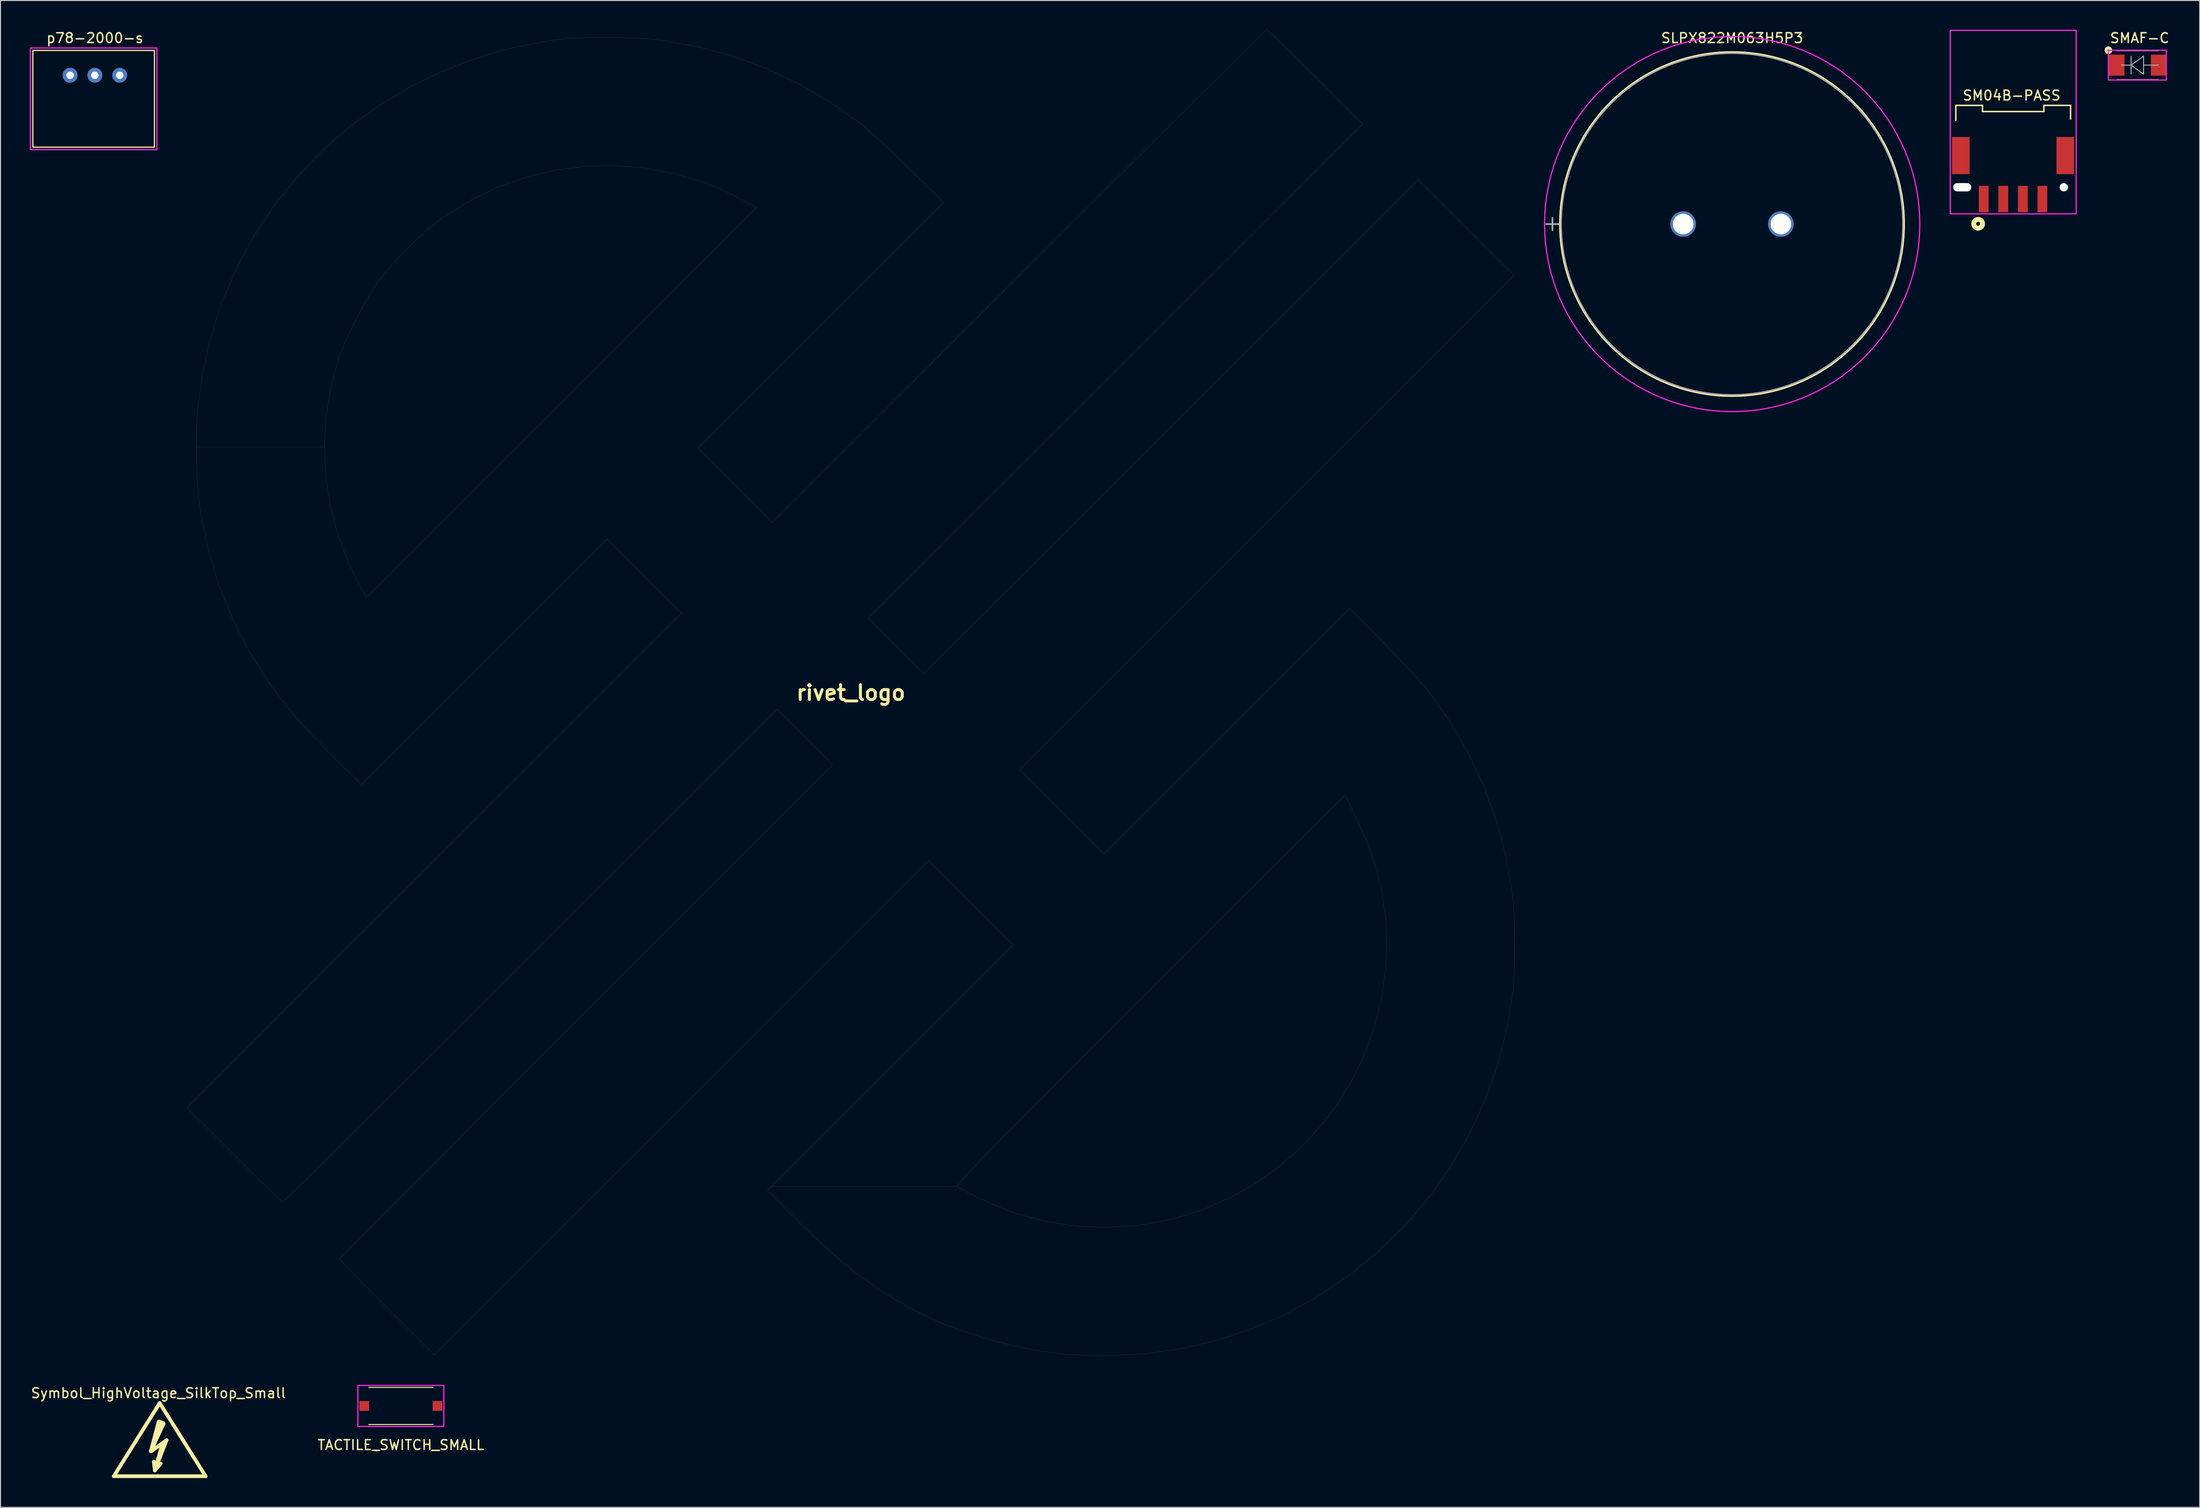
<source format=kicad_pcb>
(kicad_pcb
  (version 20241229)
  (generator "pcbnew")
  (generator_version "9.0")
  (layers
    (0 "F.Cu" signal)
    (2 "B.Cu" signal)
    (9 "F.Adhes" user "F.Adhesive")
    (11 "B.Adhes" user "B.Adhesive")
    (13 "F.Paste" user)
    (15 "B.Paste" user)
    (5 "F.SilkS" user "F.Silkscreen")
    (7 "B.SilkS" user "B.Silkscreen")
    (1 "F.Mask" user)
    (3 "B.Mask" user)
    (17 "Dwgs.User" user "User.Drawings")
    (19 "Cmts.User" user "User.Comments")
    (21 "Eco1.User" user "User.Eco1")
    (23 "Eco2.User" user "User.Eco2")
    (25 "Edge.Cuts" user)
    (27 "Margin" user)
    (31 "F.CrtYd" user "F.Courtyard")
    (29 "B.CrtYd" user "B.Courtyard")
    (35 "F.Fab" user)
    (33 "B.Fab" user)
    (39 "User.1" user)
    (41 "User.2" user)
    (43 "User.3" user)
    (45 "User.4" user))
  (footprint "TACTILE_SWITCH_SMALL"
    (layer "F.Cu")
    (at 37.994 140.953)
    (property "Reference" "TACTILE_SWITCH_SMALL" (at 0 4 0) (layer "F.SilkS") (effects (font (size 1 1) (thickness 0.15))))
    (attr through_hole)
    (fp_line (start -3.3 1.9) (end 3.3 1.9) (stroke (width 0.1) (type solid)) (layer "F.SilkS"))
    (fp_line (start 3.3 -1.9) (end -3.3 -1.9) (stroke (width 0.1) (type solid)) (layer "F.SilkS"))
    (fp_line (start -4.4 -2.1) (end -4.4 2.1) (stroke (width 0.12) (type solid)) (layer "F.CrtYd"))
    (fp_line (start -4.4 2.1) (end 4.4 2.1) (stroke (width 0.12) (type solid)) (layer "F.CrtYd"))
    (fp_line (start 4.4 -2.1) (end -4.4 -2.1) (stroke (width 0.12) (type solid)) (layer "F.CrtYd"))
    (fp_line (start 4.4 2.1) (end 4.4 -2.1) (stroke (width 0.12) (type solid)) (layer "F.CrtYd"))
    (pad "1" smd rect (at -3.75 0) (size 1 1) (layers "F.Cu" "F.Mask" "F.Paste"))
    (pad "2" smd rect (at 3.75 0) (size 1 1) (layers "F.Cu" "F.Mask" "F.Paste")))
  (footprint "SMAF-C"
    (layer "F.Cu")
    (at 215.817 3.623)
    (property "Reference" "SMAF-C" (at 0.2 -2.775 0) (unlocked yes) (layer "F.SilkS") (effects (font (size 1 1) (thickness 0.15))))
    (fp_line (start -2.1 -1.5) (end 2.1 -1.5) (stroke (width 0.12) (type solid)) (layer "F.SilkS"))
    (fp_line (start -2.1 1.5) (end 2.1 1.5) (stroke (width 0.12) (type solid)) (layer "F.SilkS"))
    (fp_circle (center -3 -1.525) (end -2.91 -1.525) (stroke (width 0.3) (type solid)) (fill no) (layer "F.SilkS"))
    (fp_rect (start -3 -1.525) (end 2.925 1.525) (stroke (width 0.12) (type solid)) (fill no) (layer "F.CrtYd"))
    (fp_line (start -0.675 -0.9) (end -0.675 0) (stroke (width 0.1) (type solid)) (layer "F.Fab"))
    (fp_line (start -0.675 0) (end -1.65 0) (stroke (width 0.1) (type solid)) (layer "F.Fab"))
    (fp_line (start -0.675 0) (end -0.675 0.9) (stroke (width 0.1) (type solid)) (layer "F.Fab"))
    (fp_line (start -0.675 0) (end 0.6 -0.925) (stroke (width 0.1) (type solid)) (layer "F.Fab"))
    (fp_line (start 0.6 0) (end 0.6 -0.925) (stroke (width 0.1) (type solid)) (layer "F.Fab"))
    (fp_line (start 0.6 0.925) (end -0.675 0) (stroke (width 0.1) (type solid)) (layer "F.Fab"))
    (fp_line (start 0.6 0.925) (end 0.6 0) (stroke (width 0.1) (type solid)) (layer "F.Fab"))
    (fp_line (start 2.1 0) (end 0.6 0) (stroke (width 0.1) (type solid)) (layer "F.Fab"))
    (pad "1" smd rect (at -2.15 0) (size 1.6 2.15) (layers "F.Cu" "F.Mask" "F.Paste"))
    (pad "2" smd rect (at 2.15 0) (size 1.6 2.15) (layers "F.Cu" "F.Mask" "F.Paste")))
  (footprint "SM04B-PASS"
    (layer "F.Cu")
    (at 203.04 13.141)
    (property "Reference" "SM04B-PASS" (at -0.127 -6.413 0) (layer "F.SilkS") (effects (font (size 1 1) (thickness 0.15))))
    (attr smd)
    (fp_line (start -5.842 -5.397) (end -3.111 -5.397) (stroke (width 0.15) (type solid)) (layer "F.SilkS"))
    (fp_line (start -5.842 -3.873) (end -5.842 -5.397) (stroke (width 0.15) (type solid)) (layer "F.SilkS"))
    (fp_line (start -3.111 -5.397) (end -3.111 -4.763) (stroke (width 0.15) (type solid)) (layer "F.SilkS"))
    (fp_line (start -3.111 -4.763) (end 3.175 -4.763) (stroke (width 0.15) (type solid)) (layer "F.SilkS"))
    (fp_line (start 3.175 -5.397) (end 5.905 -5.397) (stroke (width 0.15) (type solid)) (layer "F.SilkS"))
    (fp_line (start 3.175 -4.763) (end 3.175 -5.397) (stroke (width 0.15) (type solid)) (layer "F.SilkS"))
    (fp_line (start 5.905 -5.397) (end 5.905 -4) (stroke (width 0.15) (type solid)) (layer "F.SilkS"))
    (fp_circle (center -3.556 6.731) (end -3.365 6.795) (stroke (width 0.5) (type solid)) (fill no) (layer "F.SilkS"))
    (fp_line (start -6.413 -13.081) (end 6.477 -13.081) (stroke (width 0.12) (type solid)) (layer "F.CrtYd"))
    (fp_line (start -6.413 5.715) (end -6.413 -13.081) (stroke (width 0.12) (type solid)) (layer "F.CrtYd"))
    (fp_line (start -2.477 5.715) (end -6.413 5.715) (stroke (width 0.12) (type solid)) (layer "F.CrtYd"))
    (fp_line (start 6.477 -13.081) (end 6.477 5.715) (stroke (width 0.12) (type solid)) (layer "F.CrtYd"))
    (fp_line (start 6.477 5.715) (end -2.477 5.715) (stroke (width 0.12) (type solid)) (layer "F.CrtYd"))
    (pad "" np_thru_hole oval (at -5.187 2.99) (size 1.85 0.85) (drill oval 1.85 0.85) (layers "*.Cu" "*.Mask"))
    (pad "" np_thru_hole circle (at 5.215 2.991) (size 0.85 0.85) (drill 0.85) (layers "*.Cu" "*.Mask"))
    (pad "1" smd rect (at -2.985 4.191) (size 1 2.7) (layers "F.Cu" "F.Mask" "F.Paste"))
    (pad "2" smd rect (at -0.985 4.191) (size 1 2.7) (layers "F.Cu" "F.Mask" "F.Paste"))
    (pad "3" smd rect (at 1.016 4.191) (size 1 2.7) (layers "F.Cu" "F.Mask" "F.Paste"))
    (pad "4" smd rect (at 3.015 4.191) (size 1 2.7) (layers "F.Cu" "F.Mask" "F.Paste"))
    (pad "5" smd rect (at -5.335 -0.259) (size 1.8 3.8) (layers "F.Cu" "F.Mask" "F.Paste"))
    (pad "6" smd rect (at 5.365 -0.259) (size 1.8 3.8) (layers "F.Cu" "F.Mask" "F.Paste")))
  (footprint "rivet_logo"
    (layer "F.Cu")
    (at 84.065 67.908)
    (property "Reference" "rivet_logo" (at 0 0 0) (layer "F.SilkS") (effects (font (size 1.524 1.524) (thickness 0.3))))
    (attr through_hole)
    (fp_poly (pts (xy 42.742 -67.787) (xy 43.107 -67.456) (xy 43.658 -66.935) (xy 44.369 -66.25) (xy 45.213 -65.426) (xy 46.164 -64.489) (xy 47.195 -63.464) (xy 47.583 -63.076) (xy 52.407 -58.25) (xy 1.779 -7.62) (xy 7.451 -1.948) (xy 32.766 -27.262) (xy 58.08 -52.577) (xy 62.992 -47.667) (xy 67.904 -42.758) (xy 42.587 -17.441) (xy 17.271 7.875) (xy 21.59 12.192) (xy 25.909 16.508) (xy 38.486 3.932) (xy 51.063 -8.644) (xy 54.542 -5.127) (xy 55.5 -4.146) (xy 56.439 -3.164) (xy 57.316 -2.228) (xy 58.084 -1.387) (xy 58.702 -0.688) (xy 59.123 -0.177) (xy 59.13 -0.169) (xy 61.327 2.942) (xy 63.213 6.175) (xy 64.793 9.542) (xy 66.07 13.052) (xy 67.049 16.718) (xy 67.735 20.549) (xy 67.75 20.659) (xy 67.839 21.559) (xy 67.904 22.718) (xy 67.945 24.054) (xy 67.962 25.489) (xy 67.955 26.943) (xy 67.923 28.335) (xy 67.868 29.586) (xy 67.788 30.616) (xy 67.755 30.903) (xy 67.111 34.645) (xy 66.155 38.284) (xy 64.895 41.8) (xy 63.34 45.177) (xy 61.5 48.393) (xy 59.384 51.43) (xy 56.999 54.27) (xy 56.425 54.882) (xy 53.675 57.514) (xy 50.746 59.864) (xy 47.653 61.925) (xy 44.41 63.691) (xy 41.032 65.156) (xy 37.534 66.314) (xy 33.931 67.158) (xy 30.238 67.682) (xy 26.469 67.88) (xy 25.74 67.88) (xy 24.653 67.862) (xy 23.546 67.828) (xy 22.524 67.782) (xy 21.692 67.728) (xy 21.421 67.704) (xy 19.175 67.394) (xy 16.768 66.911) (xy 14.31 66.284) (xy 11.912 65.542) (xy 9.683 64.716) (xy 8.77 64.327) (xy 6.626 63.305) (xy 4.604 62.198) (xy 2.659 60.974) (xy 0.741 59.598) (xy -1.195 58.036) (xy -3.197 56.253) (xy -5.313 54.216) (xy -5.672 53.857) (xy -8.549 50.968) (xy -8.132 50.551) (xy 10.94 50.551) (xy 10.956 50.602) (xy 10.963 50.608) (xy 11.352 50.854) (xy 11.986 51.193) (xy 12.795 51.591) (xy 13.71 52.019) (xy 14.661 52.442) (xy 15.577 52.831) (xy 16.39 53.151) (xy 16.906 53.333) (xy 19.93 54.14) (xy 23.008 54.615) (xy 26.123 54.756) (xy 29.258 54.562) (xy 30.311 54.421) (xy 33.316 53.8) (xy 36.192 52.879) (xy 38.924 51.675) (xy 41.494 50.208) (xy 43.888 48.496) (xy 46.089 46.557) (xy 48.081 44.41) (xy 49.849 42.074) (xy 51.377 39.566) (xy 52.648 36.907) (xy 53.647 34.113) (xy 54.358 31.205) (xy 54.765 28.199) (xy 54.861 25.802) (xy 54.75 23.118) (xy 54.412 20.576) (xy 53.83 18.101) (xy 52.986 15.62) (xy 51.863 13.057) (xy 51.781 12.889) (xy 50.592 10.453) (xy 30.628 30.415) (xy 28.055 32.989) (xy 25.711 35.334) (xy 23.586 37.461) (xy 21.67 39.381) (xy 19.952 41.105) (xy 18.423 42.643) (xy 17.071 44.005) (xy 15.886 45.203) (xy 14.859 46.247) (xy 13.978 47.147) (xy 13.233 47.914) (xy 12.614 48.56) (xy 12.111 49.094) (xy 11.713 49.527) (xy 11.41 49.869) (xy 11.192 50.132) (xy 11.048 50.327) (xy 10.967 50.463) (xy 10.94 50.551) (xy -8.132 50.551) (xy 4.023 38.395) (xy 16.595 25.822) (xy 12.277 21.505) (xy 7.958 17.189) (xy -42.671 67.817) (xy -47.498 62.992) (xy -48.548 61.938) (xy -49.52 60.955) (xy -50.388 60.069) (xy -51.126 59.307) (xy -51.709 58.695) (xy -52.112 58.26) (xy -52.308 58.027) (xy -52.324 57.998) (xy -52.206 57.863) (xy -51.859 57.5) (xy -51.295 56.921) (xy -50.525 56.135) (xy -49.559 55.155) (xy -48.408 53.991) (xy -47.084 52.654) (xy -45.598 51.156) (xy -43.961 49.508) (xy -42.184 47.721) (xy -40.277 45.806) (xy -38.253 43.774) (xy -36.121 41.636) (xy -33.894 39.404) (xy -31.582 37.088) (xy -29.196 34.7) (xy -27.094 32.597) (xy -1.864 7.368) (xy -7.533 1.692) (xy -32.765 26.923) (xy -35.207 29.364) (xy -37.586 31.74) (xy -39.891 34.041) (xy -42.11 36.256) (xy -44.234 38.373) (xy -46.251 40.382) (xy -48.149 42.271) (xy -49.917 44.03) (xy -51.545 45.646) (xy -53.021 47.11) (xy -54.334 48.41) (xy -55.473 49.536) (xy -56.427 50.475) (xy -57.184 51.217) (xy -57.734 51.752) (xy -58.066 52.067) (xy -58.167 52.155) (xy -58.32 52.039) (xy -58.686 51.708) (xy -59.237 51.187) (xy -59.947 50.502) (xy -60.791 49.678) (xy -61.742 48.741) (xy -62.774 47.716) (xy -63.162 47.328) (xy -67.986 42.502) (xy -42.672 17.187) (xy -17.358 -8.127) (xy -24.975 -15.749) (xy -37.548 -3.177) (xy -50.121 9.396) (xy -53.011 6.518) (xy -53.926 5.594) (xy -54.853 4.635) (xy -55.733 3.705) (xy -56.508 2.864) (xy -57.12 2.174) (xy -57.287 1.977) (xy -59.59 -1.044) (xy -61.595 -4.227) (xy -63.3 -7.563) (xy -64.701 -11.043) (xy -65.793 -14.659) (xy -66.573 -18.402) (xy -66.636 -18.796) (xy -66.783 -19.999) (xy -66.897 -21.445) (xy -66.977 -23.038) (xy -67.02 -24.684) (xy -67.021 -25.169) (xy -53.896 -25.169) (xy -53.745 -22.14) (xy -53.288 -19.145) (xy -52.528 -16.218) (xy -51.471 -13.394) (xy -50.118 -10.707) (xy -50.009 -10.519) (xy -49.575 -9.777) (xy -29.623 -29.729) (xy -9.67 -49.68) (xy -10.177 -49.988) (xy -11.029 -50.466) (xy -12.083 -50.997) (xy -13.218 -51.525) (xy -14.317 -51.995) (xy -15.125 -52.304) (xy -18.14 -53.195) (xy -21.189 -53.759) (xy -24.249 -54) (xy -27.295 -53.92) (xy -30.304 -53.525) (xy -33.253 -52.816) (xy -36.119 -51.797) (xy -38.879 -50.473) (xy -41.508 -48.845) (xy -42.254 -48.309) (xy -43.446 -47.346) (xy -44.721 -46.185) (xy -45.993 -44.912) (xy -47.176 -43.614) (xy -48.185 -42.378) (xy -48.473 -41.987) (xy -49.178 -40.916) (xy -49.932 -39.628) (xy -50.684 -38.218) (xy -51.386 -36.784) (xy -51.99 -35.421) (xy -52.446 -34.225) (xy -52.481 -34.121) (xy -53.268 -31.193) (xy -53.738 -28.198) (xy -53.896 -25.169) (xy -67.021 -25.169) (xy -67.023 -26.287) (xy -66.984 -27.752) (xy -66.901 -28.986) (xy -66.895 -29.051) (xy -66.358 -32.834) (xy -65.535 -36.448) (xy -64.419 -39.914) (xy -63.003 -43.254) (xy -61.278 -46.491) (xy -61.082 -46.821) (xy -59.016 -49.938) (xy -56.702 -52.831) (xy -54.155 -55.492) (xy -51.39 -57.909) (xy -48.421 -60.074) (xy -45.265 -61.977) (xy -41.935 -63.608) (xy -38.446 -64.958) (xy -34.814 -66.017) (xy -31.052 -66.775) (xy -30.141 -66.91) (xy -29.168 -67.007) (xy -27.936 -67.075) (xy -26.528 -67.112) (xy -25.022 -67.121) (xy -23.498 -67.102) (xy -22.037 -67.054) (xy -20.717 -66.98) (xy -19.62 -66.879) (xy -19.252 -66.83) (xy -15.513 -66.124) (xy -11.976 -65.16) (xy -8.608 -63.923) (xy -5.379 -62.401) (xy -2.254 -60.58) (xy 0.796 -58.446) (xy 1.016 -58.278) (xy 1.522 -57.862) (xy 2.218 -57.25) (xy 3.056 -56.485) (xy 3.99 -55.611) (xy 4.972 -54.673) (xy 5.953 -53.715) (xy 5.973 -53.695) (xy 9.491 -50.217) (xy -15.661 -25.062) (xy -8.045 -17.44) (xy 17.187 -42.671) (xy 19.628 -45.112) (xy 22.007 -47.489) (xy 24.312 -49.79) (xy 26.532 -52.004) (xy 28.656 -54.122) (xy 30.672 -56.13) (xy 32.57 -58.019) (xy 34.339 -59.778) (xy 35.966 -61.394) (xy 37.442 -62.858) (xy 38.755 -64.158) (xy 39.894 -65.284) (xy 40.848 -66.223) (xy 41.606 -66.966) (xy 42.156 -67.5) (xy 42.487 -67.815) (xy 42.589 -67.903) (xy 42.742 -67.787)) (stroke (width 0.01) (type solid)) (fill no) (layer "B.Fab")))
  (footprint "SLPX822M063H5P3"
    (layer "F.Cu")
    (at 169.283 19.898)
    (property "Reference" "SLPX822M063H5P3" (at 5.016 -19.05 0) (layer "F.SilkS") (effects (font (size 1 1) (thickness 0.15))))
    (attr through_hole)
    (fp_line (start -14.025 0) (end -12.755 0) (stroke (width 0.152) (type solid)) (layer "F.SilkS"))
    (fp_line (start -13.39 -0.635) (end -13.39 0.635) (stroke (width 0.152) (type solid)) (layer "F.SilkS"))
    (fp_circle (center 5 0) (end 22.628 0) (stroke (width 0.152) (type solid)) (fill no) (layer "F.SilkS"))
    (fp_circle (center 5.016 0) (end -2.311 -17.755) (stroke (width 0.12) (type solid)) (fill no) (layer "F.CrtYd"))
    (fp_line (start -14.025 0) (end -12.755 0) (stroke (width 0.152) (type solid)) (layer "F.Fab"))
    (fp_line (start -13.39 -0.635) (end -13.39 0.635) (stroke (width 0.152) (type solid)) (layer "F.Fab"))
    (fp_circle (center 5 0) (end 22.501 0) (stroke (width 0.152) (type solid)) (fill no) (layer "F.Fab"))
    (fp_text user "*" (at 0 0 0) (layer "F.SilkS") (effects (font (size 1 1) (thickness 0.15))))
    (fp_text user "*" (at 0 0 0) (layer "F.Fab") (effects (font (size 1 1) (thickness 0.15))))
    (pad "1" thru_hole circle (at 0 0) (size 2.616 2.616) (drill 2.108) (layers "*.Cu" "*.Mask"))
    (pad "2" thru_hole circle (at 10 0) (size 2.616 2.616) (drill 2.108) (layers "*.Cu" "*.Mask")))
  (footprint "p78-2000-s"
    (layer "F.Cu")
    (at 6.664 4.658)
    (property "Reference" "p78-2000-s" (at 0 -3.81 0) (unlocked yes) (layer "F.SilkS") (effects (font (size 1 1) (thickness 0.15))))
    (attr through_hole)
    (fp_rect (start -6.35 -2.54) (end 6.096 7.366) (stroke (width 0.12) (type solid)) (fill no) (layer "F.SilkS"))
    (fp_rect (start -6.604 -2.794) (end 6.35 7.62) (stroke (width 0.12) (type solid)) (fill no) (layer "F.CrtYd"))
    (pad "1" thru_hole circle (at -2.54 0) (size 1.524 1.524) (drill 0.762) (layers "*.Cu" "*.Mask"))
    (pad "2" thru_hole circle (at 0 0) (size 1.524 1.524) (drill 0.762) (layers "*.Cu" "*.Mask"))
    (pad "3" thru_hole circle (at 2.54 0) (size 1.524 1.524) (drill 0.762) (layers "*.Cu" "*.Mask")))
  (footprint "Symbol_HighVoltage_SilkTop_Small"
    (layer "F.Cu")
    (at 13.3 145.356)
    (property "Reference" "Symbol_HighVoltage_SilkTop_Small" (at -0.127 -5.715 0) (layer "F.SilkS") (effects (font (size 1 1) (thickness 0.15))))
    (attr exclude_from_pos_files exclude_from_bom)
    (fp_line (start -4.699 2.794) (end 0 -4.699) (stroke (width 0.381) (type solid)) (layer "F.SilkS"))
    (fp_line (start -0.899 0.201) (end 0 -2.54) (stroke (width 0.381) (type solid)) (layer "F.SilkS"))
    (fp_line (start -0.899 0.201) (end 0.401 -2.601) (stroke (width 0.381) (type solid)) (layer "F.SilkS"))
    (fp_line (start -0.498 2.2) (end -0.599 1.3) (stroke (width 0.381) (type solid)) (layer "F.SilkS"))
    (fp_line (start -0.498 2.2) (end 0.102 1.501) (stroke (width 0.381) (type solid)) (layer "F.SilkS"))
    (fp_line (start -0.498 2.2) (end 0.701 -0.899) (stroke (width 0.381) (type solid)) (layer "F.SilkS"))
    (fp_line (start -0.099 -2.799) (end -0.899 0.201) (stroke (width 0.381) (type solid)) (layer "F.SilkS"))
    (fp_line (start 0 -4.699) (end 4.699 2.794) (stroke (width 0.381) (type solid)) (layer "F.SilkS"))
    (fp_line (start 0.3 -0.599) (end -0.498 2.2) (stroke (width 0.381) (type solid)) (layer "F.SilkS"))
    (fp_line (start 0.356 -2.642) (end -0.051 -2.794) (stroke (width 0.4) (type solid)) (layer "F.SilkS"))
    (fp_line (start 0.701 -0.889) (end -0.889 0.254) (stroke (width 0.381) (type solid)) (layer "F.SilkS"))
    (fp_line (start 4.699 2.794) (end -4.699 2.794) (stroke (width 0.381) (type solid)) (layer "F.SilkS")))
  (gr_rect
    (start -3 -3)
    (end 222.166 151.34)
    (stroke (width 0.1) (type default))
    (fill no)
    (layer "Edge.Cuts")))
</source>
